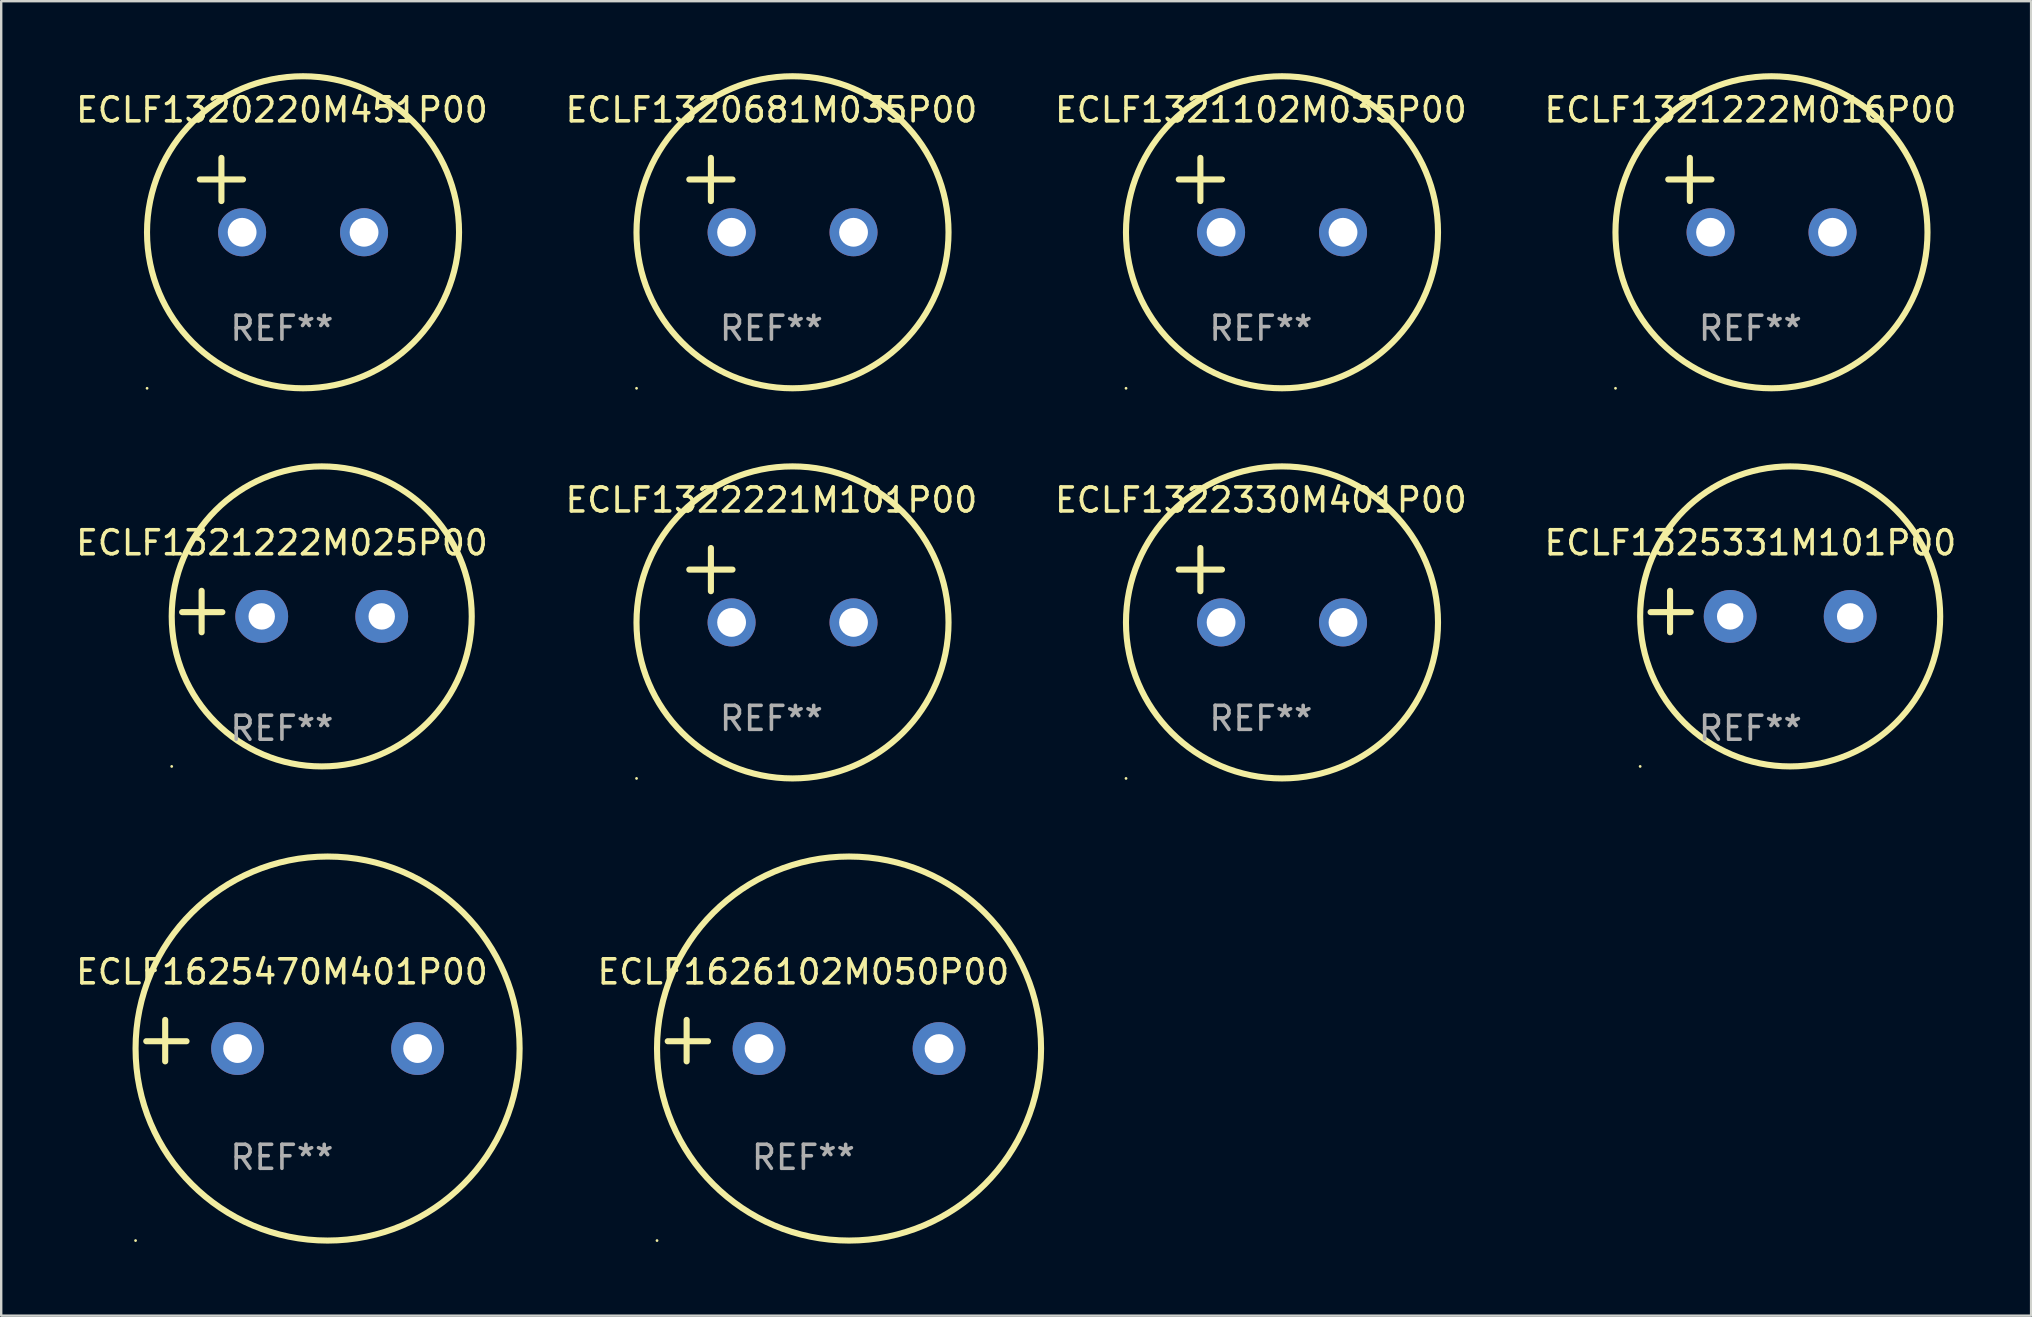
<source format=kicad_pcb>
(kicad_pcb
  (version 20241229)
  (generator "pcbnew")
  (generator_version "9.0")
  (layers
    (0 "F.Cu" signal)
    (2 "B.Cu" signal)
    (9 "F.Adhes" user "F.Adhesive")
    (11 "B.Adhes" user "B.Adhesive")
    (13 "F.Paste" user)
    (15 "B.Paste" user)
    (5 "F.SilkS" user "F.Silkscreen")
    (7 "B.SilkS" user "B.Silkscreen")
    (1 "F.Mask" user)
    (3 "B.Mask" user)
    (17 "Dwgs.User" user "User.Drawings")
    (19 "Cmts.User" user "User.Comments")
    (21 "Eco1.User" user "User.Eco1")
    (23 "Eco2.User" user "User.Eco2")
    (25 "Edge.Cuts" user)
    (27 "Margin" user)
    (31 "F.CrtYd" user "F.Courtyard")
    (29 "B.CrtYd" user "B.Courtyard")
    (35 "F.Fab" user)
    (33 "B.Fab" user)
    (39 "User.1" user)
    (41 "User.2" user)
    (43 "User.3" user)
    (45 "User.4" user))
  (footprint "ECLF1322330M401P00"
    (layer "F.Cu")
    (at 49.482 21.331)
    (property "Reference" "ECLF1322330M401P00" (at 0 -3.55 0) (layer "F.SilkS") (effects (font (size 1 1) (thickness 0.15))))
    (attr through_hole)
    (fp_line (start -3.421 -0.65) (end -1.621 -0.65) (stroke (width 0.254) (type solid)) (layer "F.SilkS"))
    (fp_line (start -2.521 -1.55) (end -2.521 0.25) (stroke (width 0.254) (type solid)) (layer "F.SilkS"))
    (fp_circle (center -5.619 8.05) (end -5.589 8.05) (stroke (width 0.06) (type solid)) (fill no) (layer "F.SilkS"))
    (fp_circle (center 0.879 1.55) (end 7.379 1.55) (stroke (width 0.254) (type solid)) (fill no) (layer "F.SilkS"))
    (fp_text user "REF**" (at 0 5.55 0) (layer "F.Fab") (effects (font (size 1 1) (thickness 0.15))))
    (pad "1" thru_hole circle (at -1.659 1.55) (size 2 2) (drill 1.2) (layers "*.Cu" "*.Mask"))
    (pad "2" thru_hole circle (at 3.421 1.55) (size 2 2) (drill 1.2) (layers "*.Cu" "*.Mask")))
  (footprint "ECLF1626102M050P00"
    (layer "F.Cu")
    (at 30.421 40.305)
    (property "Reference" "ECLF1626102M050P00" (at 0 -2.864 0) (layer "F.SilkS") (effects (font (size 1 1) (thickness 0.15))))
    (attr through_hole)
    (fp_line (start -4.864 0.864) (end -4.864 -0.864) (stroke (width 0.254) (type solid)) (layer "F.SilkS"))
    (fp_line (start -3.975 0.025) (end -5.652 0.025) (stroke (width 0.254) (type solid)) (layer "F.SilkS"))
    (fp_circle (center -6.098 8.33) (end -6.068 8.33) (stroke (width 0.06) (type solid)) (fill no) (layer "F.SilkS"))
    (fp_circle (center 1.902 0.33) (end 9.902 0.33) (stroke (width 0.254) (type solid)) (fill no) (layer "F.SilkS"))
    (fp_text user "REF**" (at 0 4.864 0) (layer "F.Fab") (effects (font (size 1 1) (thickness 0.15))))
    (pad "1" thru_hole circle (at -1.848 0.33) (size 2.2 2.2) (drill 1.2) (layers "*.Cu" "*.Mask"))
    (pad "2" thru_hole circle (at 5.652 0.33) (size 2.2 2.2) (drill 1.2) (layers "*.Cu" "*.Mask")))
  (footprint "ECLF1322221M101P00"
    (layer "F.Cu")
    (at 29.089 21.331)
    (property "Reference" "ECLF1322221M101P00" (at 0 -3.55 0) (layer "F.SilkS") (effects (font (size 1 1) (thickness 0.15))))
    (attr through_hole)
    (fp_line (start -3.421 -0.65) (end -1.621 -0.65) (stroke (width 0.254) (type solid)) (layer "F.SilkS"))
    (fp_line (start -2.521 -1.55) (end -2.521 0.25) (stroke (width 0.254) (type solid)) (layer "F.SilkS"))
    (fp_circle (center -5.619 8.05) (end -5.589 8.05) (stroke (width 0.06) (type solid)) (fill no) (layer "F.SilkS"))
    (fp_circle (center 0.879 1.55) (end 7.379 1.55) (stroke (width 0.254) (type solid)) (fill no) (layer "F.SilkS"))
    (fp_text user "REF**" (at 0 5.55 0) (layer "F.Fab") (effects (font (size 1 1) (thickness 0.15))))
    (pad "1" thru_hole circle (at -1.659 1.55) (size 2 2) (drill 1.2) (layers "*.Cu" "*.Mask"))
    (pad "2" thru_hole circle (at 3.421 1.55) (size 2 2) (drill 1.2) (layers "*.Cu" "*.Mask")))
  (footprint "ECLF1625470M401P00"
    (layer "F.Cu")
    (at 8.696 40.305)
    (property "Reference" "ECLF1625470M401P00" (at 0 -2.864 0) (layer "F.SilkS") (effects (font (size 1 1) (thickness 0.15))))
    (attr through_hole)
    (fp_line (start -4.864 0.864) (end -4.864 -0.864) (stroke (width 0.254) (type solid)) (layer "F.SilkS"))
    (fp_line (start -3.975 0.025) (end -5.652 0.025) (stroke (width 0.254) (type solid)) (layer "F.SilkS"))
    (fp_circle (center -6.098 8.33) (end -6.068 8.33) (stroke (width 0.06) (type solid)) (fill no) (layer "F.SilkS"))
    (fp_circle (center 1.902 0.33) (end 9.902 0.33) (stroke (width 0.254) (type solid)) (fill no) (layer "F.SilkS"))
    (fp_text user "REF**" (at 0 4.864 0) (layer "F.Fab") (effects (font (size 1 1) (thickness 0.15))))
    (pad "1" thru_hole circle (at -1.848 0.33) (size 2.2 2.2) (drill 1.2) (layers "*.Cu" "*.Mask"))
    (pad "2" thru_hole circle (at 5.652 0.33) (size 2.2 2.2) (drill 1.2) (layers "*.Cu" "*.Mask")))
  (footprint "ECLF1325331M101P00"
    (layer "F.Cu")
    (at 69.875 22.428)
    (property "Reference" "ECLF1325331M101P00" (at 0 -2.864 0) (layer "F.SilkS") (effects (font (size 1 1) (thickness 0.15))))
    (attr through_hole)
    (fp_line (start -3.346 0.864) (end -3.346 -0.864) (stroke (width 0.254) (type solid)) (layer "F.SilkS"))
    (fp_line (start -2.482 0.025) (end -4.158 0.025) (stroke (width 0.254) (type solid)) (layer "F.SilkS"))
    (fp_circle (center -4.592 6.453) (end -4.562 6.453) (stroke (width 0.06) (type solid)) (fill no) (layer "F.SilkS"))
    (fp_circle (center 1.658 0.203) (end 7.908 0.203) (stroke (width 0.254) (type solid)) (fill no) (layer "F.SilkS"))
    (fp_text user "REF**" (at 0 4.864 0) (layer "F.Fab") (effects (font (size 1 1) (thickness 0.15))))
    (pad "1" thru_hole circle (at -0.842 0.203) (size 2.2 2.2) (drill 1.1) (layers "*.Cu" "*.Mask"))
    (pad "2" thru_hole circle (at 4.158 0.203) (size 2.2 2.2) (drill 1.1) (layers "*.Cu" "*.Mask")))
  (footprint "ECLF1320220M451P00"
    (layer "F.Cu")
    (at 8.696 5.077)
    (property "Reference" "ECLF1320220M451P00" (at 0 -3.55 0) (layer "F.SilkS") (effects (font (size 1 1) (thickness 0.15))))
    (attr through_hole)
    (fp_line (start -3.421 -0.65) (end -1.621 -0.65) (stroke (width 0.254) (type solid)) (layer "F.SilkS"))
    (fp_line (start -2.521 -1.55) (end -2.521 0.25) (stroke (width 0.254) (type solid)) (layer "F.SilkS"))
    (fp_circle (center -5.619 8.05) (end -5.589 8.05) (stroke (width 0.06) (type solid)) (fill no) (layer "F.SilkS"))
    (fp_circle (center 0.879 1.55) (end 7.379 1.55) (stroke (width 0.254) (type solid)) (fill no) (layer "F.SilkS"))
    (fp_text user "REF**" (at 0 5.55 0) (layer "F.Fab") (effects (font (size 1 1) (thickness 0.15))))
    (pad "1" thru_hole circle (at -1.659 1.55) (size 2 2) (drill 1.2) (layers "*.Cu" "*.Mask"))
    (pad "2" thru_hole circle (at 3.421 1.55) (size 2 2) (drill 1.2) (layers "*.Cu" "*.Mask")))
  (footprint "ECLF1321222M016P00"
    (layer "F.Cu")
    (at 69.875 5.077)
    (property "Reference" "ECLF1321222M016P00" (at 0 -3.55 0) (layer "F.SilkS") (effects (font (size 1 1) (thickness 0.15))))
    (attr through_hole)
    (fp_line (start -3.421 -0.65) (end -1.621 -0.65) (stroke (width 0.254) (type solid)) (layer "F.SilkS"))
    (fp_line (start -2.521 -1.55) (end -2.521 0.25) (stroke (width 0.254) (type solid)) (layer "F.SilkS"))
    (fp_circle (center -5.619 8.05) (end -5.589 8.05) (stroke (width 0.06) (type solid)) (fill no) (layer "F.SilkS"))
    (fp_circle (center 0.879 1.55) (end 7.379 1.55) (stroke (width 0.254) (type solid)) (fill no) (layer "F.SilkS"))
    (fp_text user "REF**" (at 0 5.55 0) (layer "F.Fab") (effects (font (size 1 1) (thickness 0.15))))
    (pad "1" thru_hole circle (at -1.659 1.55) (size 2 2) (drill 1.2) (layers "*.Cu" "*.Mask"))
    (pad "2" thru_hole circle (at 3.421 1.55) (size 2 2) (drill 1.2) (layers "*.Cu" "*.Mask")))
  (footprint "ECLF1321102M035P00"
    (layer "F.Cu")
    (at 49.482 5.077)
    (property "Reference" "ECLF1321102M035P00" (at 0 -3.55 0) (layer "F.SilkS") (effects (font (size 1 1) (thickness 0.15))))
    (attr through_hole)
    (fp_line (start -3.421 -0.65) (end -1.621 -0.65) (stroke (width 0.254) (type solid)) (layer "F.SilkS"))
    (fp_line (start -2.521 -1.55) (end -2.521 0.25) (stroke (width 0.254) (type solid)) (layer "F.SilkS"))
    (fp_circle (center -5.619 8.05) (end -5.589 8.05) (stroke (width 0.06) (type solid)) (fill no) (layer "F.SilkS"))
    (fp_circle (center 0.879 1.55) (end 7.379 1.55) (stroke (width 0.254) (type solid)) (fill no) (layer "F.SilkS"))
    (fp_text user "REF**" (at 0 5.55 0) (layer "F.Fab") (effects (font (size 1 1) (thickness 0.15))))
    (pad "1" thru_hole circle (at -1.659 1.55) (size 2 2) (drill 1.2) (layers "*.Cu" "*.Mask"))
    (pad "2" thru_hole circle (at 3.421 1.55) (size 2 2) (drill 1.2) (layers "*.Cu" "*.Mask")))
  (footprint "ECLF1320681M035P00"
    (layer "F.Cu")
    (at 29.089 5.077)
    (property "Reference" "ECLF1320681M035P00" (at 0 -3.55 0) (layer "F.SilkS") (effects (font (size 1 1) (thickness 0.15))))
    (attr through_hole)
    (fp_line (start -3.421 -0.65) (end -1.621 -0.65) (stroke (width 0.254) (type solid)) (layer "F.SilkS"))
    (fp_line (start -2.521 -1.55) (end -2.521 0.25) (stroke (width 0.254) (type solid)) (layer "F.SilkS"))
    (fp_circle (center -5.619 8.05) (end -5.589 8.05) (stroke (width 0.06) (type solid)) (fill no) (layer "F.SilkS"))
    (fp_circle (center 0.879 1.55) (end 7.379 1.55) (stroke (width 0.254) (type solid)) (fill no) (layer "F.SilkS"))
    (fp_text user "REF**" (at 0 5.55 0) (layer "F.Fab") (effects (font (size 1 1) (thickness 0.15))))
    (pad "1" thru_hole circle (at -1.659 1.55) (size 2 2) (drill 1.2) (layers "*.Cu" "*.Mask"))
    (pad "2" thru_hole circle (at 3.421 1.55) (size 2 2) (drill 1.2) (layers "*.Cu" "*.Mask")))
  (footprint "ECLF1321222M025P00"
    (layer "F.Cu")
    (at 8.696 22.428)
    (property "Reference" "ECLF1321222M025P00" (at 0 -2.864 0) (layer "F.SilkS") (effects (font (size 1 1) (thickness 0.15))))
    (attr through_hole)
    (fp_line (start -3.346 0.864) (end -3.346 -0.864) (stroke (width 0.254) (type solid)) (layer "F.SilkS"))
    (fp_line (start -2.482 0.025) (end -4.158 0.025) (stroke (width 0.254) (type solid)) (layer "F.SilkS"))
    (fp_circle (center -4.592 6.453) (end -4.562 6.453) (stroke (width 0.06) (type solid)) (fill no) (layer "F.SilkS"))
    (fp_circle (center 1.658 0.203) (end 7.908 0.203) (stroke (width 0.254) (type solid)) (fill no) (layer "F.SilkS"))
    (fp_text user "REF**" (at 0 4.864 0) (layer "F.Fab") (effects (font (size 1 1) (thickness 0.15))))
    (pad "1" thru_hole circle (at -0.842 0.203) (size 2.2 2.2) (drill 1.1) (layers "*.Cu" "*.Mask"))
    (pad "2" thru_hole circle (at 4.158 0.203) (size 2.2 2.2) (drill 1.1) (layers "*.Cu" "*.Mask")))
  (gr_rect
    (start -3 -3)
    (end 81.571 51.763)
    (stroke (width 0.1) (type default))
    (fill no)
    (layer "Edge.Cuts")))
</source>
